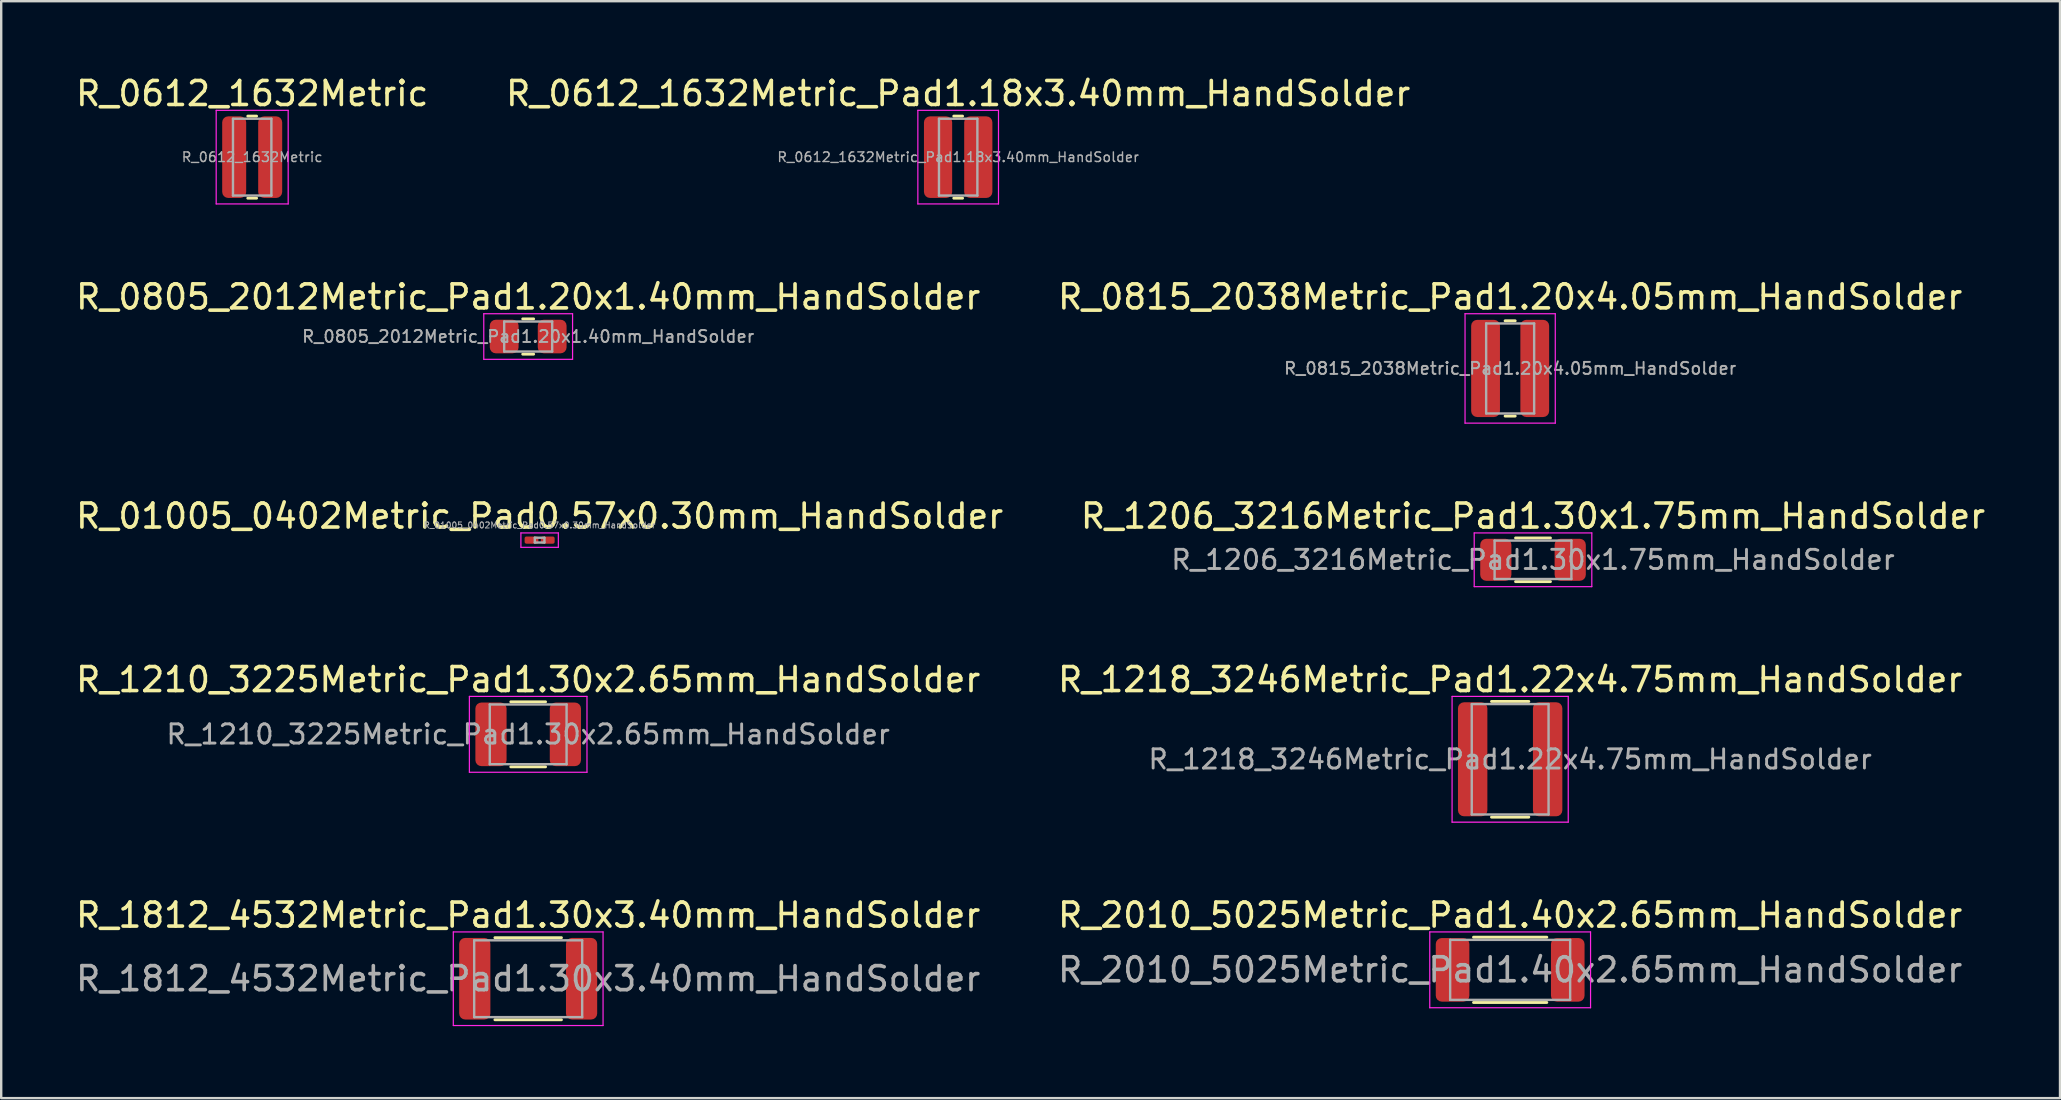
<source format=kicad_pcb>
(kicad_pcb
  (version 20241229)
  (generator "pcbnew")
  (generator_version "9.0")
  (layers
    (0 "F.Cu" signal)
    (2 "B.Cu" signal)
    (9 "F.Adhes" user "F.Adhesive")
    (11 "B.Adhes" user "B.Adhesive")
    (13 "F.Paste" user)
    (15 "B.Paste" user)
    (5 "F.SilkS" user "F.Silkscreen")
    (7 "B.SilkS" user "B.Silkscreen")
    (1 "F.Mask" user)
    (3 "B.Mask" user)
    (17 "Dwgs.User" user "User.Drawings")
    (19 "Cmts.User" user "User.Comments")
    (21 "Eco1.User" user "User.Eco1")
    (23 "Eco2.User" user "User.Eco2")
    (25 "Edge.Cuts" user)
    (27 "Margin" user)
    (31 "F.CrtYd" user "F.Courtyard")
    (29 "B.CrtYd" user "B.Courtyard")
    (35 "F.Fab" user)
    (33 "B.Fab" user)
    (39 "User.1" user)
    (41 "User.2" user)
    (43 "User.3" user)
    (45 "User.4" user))
  (footprint "R_0805_2012Metric_Pad1.20x1.40mm_HandSolder"
    (layer "F.Cu")
    (at 18.958 10.972)
    (property "Reference" "R_0805_2012Metric_Pad1.20x1.40mm_HandSolder" (at 0 -1.65 0) (layer "F.SilkS") (effects (font (size 1 1) (thickness 0.15))))
    (attr smd)
    (fp_line (start -0.227 -0.735) (end 0.227 -0.735) (stroke (width 0.12) (type solid)) (layer "F.SilkS"))
    (fp_line (start -0.227 0.735) (end 0.227 0.735) (stroke (width 0.12) (type solid)) (layer "F.SilkS"))
    (fp_line (start -1.85 -0.95) (end 1.85 -0.95) (stroke (width 0.05) (type solid)) (layer "F.CrtYd"))
    (fp_line (start -1.85 0.95) (end -1.85 -0.95) (stroke (width 0.05) (type solid)) (layer "F.CrtYd"))
    (fp_line (start 1.85 -0.95) (end 1.85 0.95) (stroke (width 0.05) (type solid)) (layer "F.CrtYd"))
    (fp_line (start 1.85 0.95) (end -1.85 0.95) (stroke (width 0.05) (type solid)) (layer "F.CrtYd"))
    (fp_line (start -1 -0.625) (end 1 -0.625) (stroke (width 0.1) (type solid)) (layer "F.Fab"))
    (fp_line (start -1 0.625) (end -1 -0.625) (stroke (width 0.1) (type solid)) (layer "F.Fab"))
    (fp_line (start 1 -0.625) (end 1 0.625) (stroke (width 0.1) (type solid)) (layer "F.Fab"))
    (fp_line (start 1 0.625) (end -1 0.625) (stroke (width 0.1) (type solid)) (layer "F.Fab"))
    (fp_text user "${REFERENCE}" (at 0 0 0) (layer "F.Fab") (effects (font (size 0.5 0.5) (thickness 0.08))))
    (pad "1" smd roundrect (at -1 0) (size 1.2 1.4) (layers "F.Cu" "F.Mask" "F.Paste") (roundrect_rratio 0.208))
    (pad "2" smd roundrect (at 1 0) (size 1.2 1.4) (layers "F.Cu" "F.Mask" "F.Paste") (roundrect_rratio 0.208)))
  (footprint "R_0612_1632Metric"
    (layer "F.Cu")
    (at 7.458 3.498)
    (property "Reference" "R_0612_1632Metric" (at 0 -2.65 0) (layer "F.SilkS") (effects (font (size 1 1) (thickness 0.15))))
    (attr smd)
    (fp_line (start -0.183 -1.71) (end 0.183 -1.71) (stroke (width 0.12) (type solid)) (layer "F.SilkS"))
    (fp_line (start -0.183 1.71) (end 0.183 1.71) (stroke (width 0.12) (type solid)) (layer "F.SilkS"))
    (fp_line (start -1.5 -1.95) (end 1.5 -1.95) (stroke (width 0.05) (type solid)) (layer "F.CrtYd"))
    (fp_line (start -1.5 1.95) (end -1.5 -1.95) (stroke (width 0.05) (type solid)) (layer "F.CrtYd"))
    (fp_line (start 1.5 -1.95) (end 1.5 1.95) (stroke (width 0.05) (type solid)) (layer "F.CrtYd"))
    (fp_line (start 1.5 1.95) (end -1.5 1.95) (stroke (width 0.05) (type solid)) (layer "F.CrtYd"))
    (fp_line (start -0.8 -1.6) (end 0.8 -1.6) (stroke (width 0.1) (type solid)) (layer "F.Fab"))
    (fp_line (start -0.8 1.6) (end -0.8 -1.6) (stroke (width 0.1) (type solid)) (layer "F.Fab"))
    (fp_line (start 0.8 -1.6) (end 0.8 1.6) (stroke (width 0.1) (type solid)) (layer "F.Fab"))
    (fp_line (start 0.8 1.6) (end -0.8 1.6) (stroke (width 0.1) (type solid)) (layer "F.Fab"))
    (fp_text user "${REFERENCE}" (at 0 0 0) (layer "F.Fab") (effects (font (size 0.4 0.4) (thickness 0.06))))
    (pad "1" smd roundrect (at -0.75 0) (size 1 3.4) (layers "F.Cu" "F.Mask" "F.Paste") (roundrect_rratio 0.25))
    (pad "2" smd roundrect (at 0.75 0) (size 1 3.4) (layers "F.Cu" "F.Mask" "F.Paste") (roundrect_rratio 0.25)))
  (footprint "R_2010_5025Metric_Pad1.40x2.65mm_HandSolder"
    (layer "F.Cu")
    (at 59.875 37.361)
    (property "Reference" "R_2010_5025Metric_Pad1.40x2.65mm_HandSolder" (at 0 -2.28 0) (layer "F.SilkS") (effects (font (size 1 1) (thickness 0.15))))
    (attr smd)
    (fp_line (start -1.527 -1.36) (end 1.527 -1.36) (stroke (width 0.12) (type solid)) (layer "F.SilkS"))
    (fp_line (start -1.527 1.36) (end 1.527 1.36) (stroke (width 0.12) (type solid)) (layer "F.SilkS"))
    (fp_line (start -3.35 -1.58) (end 3.35 -1.58) (stroke (width 0.05) (type solid)) (layer "F.CrtYd"))
    (fp_line (start -3.35 1.58) (end -3.35 -1.58) (stroke (width 0.05) (type solid)) (layer "F.CrtYd"))
    (fp_line (start 3.35 -1.58) (end 3.35 1.58) (stroke (width 0.05) (type solid)) (layer "F.CrtYd"))
    (fp_line (start 3.35 1.58) (end -3.35 1.58) (stroke (width 0.05) (type solid)) (layer "F.CrtYd"))
    (fp_line (start -2.5 -1.25) (end 2.5 -1.25) (stroke (width 0.1) (type solid)) (layer "F.Fab"))
    (fp_line (start -2.5 1.25) (end -2.5 -1.25) (stroke (width 0.1) (type solid)) (layer "F.Fab"))
    (fp_line (start 2.5 -1.25) (end 2.5 1.25) (stroke (width 0.1) (type solid)) (layer "F.Fab"))
    (fp_line (start 2.5 1.25) (end -2.5 1.25) (stroke (width 0.1) (type solid)) (layer "F.Fab"))
    (fp_text user "${REFERENCE}" (at 0 0 0) (layer "F.Fab") (effects (font (size 1 1) (thickness 0.15))))
    (pad "1" smd roundrect (at -2.4 0) (size 1.4 2.65) (layers "F.Cu" "F.Mask" "F.Paste") (roundrect_rratio 0.179))
    (pad "2" smd roundrect (at 2.4 0) (size 1.4 2.65) (layers "F.Cu" "F.Mask" "F.Paste") (roundrect_rratio 0.179)))
  (footprint "R_1812_4532Metric_Pad1.30x3.40mm_HandSolder"
    (layer "F.Cu")
    (at 18.958 37.731)
    (property "Reference" "R_1812_4532Metric_Pad1.30x3.40mm_HandSolder" (at 0 -2.65 0) (layer "F.SilkS") (effects (font (size 1 1) (thickness 0.15))))
    (attr smd)
    (fp_line (start -1.386 -1.71) (end 1.386 -1.71) (stroke (width 0.12) (type solid)) (layer "F.SilkS"))
    (fp_line (start -1.386 1.71) (end 1.386 1.71) (stroke (width 0.12) (type solid)) (layer "F.SilkS"))
    (fp_line (start -3.12 -1.95) (end 3.12 -1.95) (stroke (width 0.05) (type solid)) (layer "F.CrtYd"))
    (fp_line (start -3.12 1.95) (end -3.12 -1.95) (stroke (width 0.05) (type solid)) (layer "F.CrtYd"))
    (fp_line (start 3.12 -1.95) (end 3.12 1.95) (stroke (width 0.05) (type solid)) (layer "F.CrtYd"))
    (fp_line (start 3.12 1.95) (end -3.12 1.95) (stroke (width 0.05) (type solid)) (layer "F.CrtYd"))
    (fp_line (start -2.25 -1.6) (end 2.25 -1.6) (stroke (width 0.1) (type solid)) (layer "F.Fab"))
    (fp_line (start -2.25 1.6) (end -2.25 -1.6) (stroke (width 0.1) (type solid)) (layer "F.Fab"))
    (fp_line (start 2.25 -1.6) (end 2.25 1.6) (stroke (width 0.1) (type solid)) (layer "F.Fab"))
    (fp_line (start 2.25 1.6) (end -2.25 1.6) (stroke (width 0.1) (type solid)) (layer "F.Fab"))
    (fp_text user "${REFERENCE}" (at 0 0 0) (layer "F.Fab") (effects (font (size 1 1) (thickness 0.15))))
    (pad "1" smd roundrect (at -2.225 0) (size 1.3 3.4) (layers "F.Cu" "F.Mask" "F.Paste") (roundrect_rratio 0.192))
    (pad "2" smd roundrect (at 2.225 0) (size 1.3 3.4) (layers "F.Cu" "F.Mask" "F.Paste") (roundrect_rratio 0.192)))
  (footprint "R_01005_0402Metric_Pad0.57x0.30mm_HandSolder"
    (layer "F.Cu")
    (at 19.435 19.455)
    (property "Reference" "R_01005_0402Metric_Pad0.57x0.30mm_HandSolder" (at 0 -1 0) (layer "F.SilkS") (effects (font (size 1 1) (thickness 0.15))))
    (attr smd)
    (fp_line (start -0.78 -0.3) (end 0.78 -0.3) (stroke (width 0.05) (type solid)) (layer "F.CrtYd"))
    (fp_line (start -0.78 0.3) (end -0.78 -0.3) (stroke (width 0.05) (type solid)) (layer "F.CrtYd"))
    (fp_line (start 0.78 -0.3) (end 0.78 0.3) (stroke (width 0.05) (type solid)) (layer "F.CrtYd"))
    (fp_line (start 0.78 0.3) (end -0.78 0.3) (stroke (width 0.05) (type solid)) (layer "F.CrtYd"))
    (fp_line (start -0.2 -0.1) (end 0.2 -0.1) (stroke (width 0.1) (type solid)) (layer "F.Fab"))
    (fp_line (start -0.2 0.1) (end -0.2 -0.1) (stroke (width 0.1) (type solid)) (layer "F.Fab"))
    (fp_line (start 0.2 -0.1) (end 0.2 0.1) (stroke (width 0.1) (type solid)) (layer "F.Fab"))
    (fp_line (start 0.2 0.1) (end -0.2 0.1) (stroke (width 0.1) (type solid)) (layer "F.Fab"))
    (fp_text user "${REFERENCE}" (at 0 -0.62 0) (layer "F.Fab") (effects (font (size 0.25 0.25) (thickness 0.04))))
    (pad "" smd roundrect (at -0.362 0) (size 0.41 0.27) (layers "F.Paste") (roundrect_rratio 0.25))
    (pad "" smd roundrect (at 0.362 0) (size 0.41 0.27) (layers "F.Paste") (roundrect_rratio 0.25))
    (pad "1" smd roundrect (at -0.338 0) (size 0.575 0.3) (layers "F.Cu" "F.Mask") (roundrect_rratio 0.25))
    (pad "2" smd roundrect (at 0.338 0) (size 0.575 0.3) (layers "F.Cu" "F.Mask") (roundrect_rratio 0.25)))
  (footprint "R_1210_3225Metric_Pad1.30x2.65mm_HandSolder"
    (layer "F.Cu")
    (at 18.958 27.548)
    (property "Reference" "R_1210_3225Metric_Pad1.30x2.65mm_HandSolder" (at 0 -2.28 0) (layer "F.SilkS") (effects (font (size 1 1) (thickness 0.15))))
    (attr smd)
    (fp_line (start -0.724 -1.355) (end 0.724 -1.355) (stroke (width 0.12) (type solid)) (layer "F.SilkS"))
    (fp_line (start -0.724 1.355) (end 0.724 1.355) (stroke (width 0.12) (type solid)) (layer "F.SilkS"))
    (fp_line (start -2.45 -1.58) (end 2.45 -1.58) (stroke (width 0.05) (type solid)) (layer "F.CrtYd"))
    (fp_line (start -2.45 1.58) (end -2.45 -1.58) (stroke (width 0.05) (type solid)) (layer "F.CrtYd"))
    (fp_line (start 2.45 -1.58) (end 2.45 1.58) (stroke (width 0.05) (type solid)) (layer "F.CrtYd"))
    (fp_line (start 2.45 1.58) (end -2.45 1.58) (stroke (width 0.05) (type solid)) (layer "F.CrtYd"))
    (fp_line (start -1.6 -1.245) (end 1.6 -1.245) (stroke (width 0.1) (type solid)) (layer "F.Fab"))
    (fp_line (start -1.6 1.245) (end -1.6 -1.245) (stroke (width 0.1) (type solid)) (layer "F.Fab"))
    (fp_line (start 1.6 -1.245) (end 1.6 1.245) (stroke (width 0.1) (type solid)) (layer "F.Fab"))
    (fp_line (start 1.6 1.245) (end -1.6 1.245) (stroke (width 0.1) (type solid)) (layer "F.Fab"))
    (fp_text user "${REFERENCE}" (at 0 0 0) (layer "F.Fab") (effects (font (size 0.8 0.8) (thickness 0.12))))
    (pad "1" smd roundrect (at -1.55 0) (size 1.3 2.65) (layers "F.Cu" "F.Mask" "F.Paste") (roundrect_rratio 0.192))
    (pad "2" smd roundrect (at 1.55 0) (size 1.3 2.65) (layers "F.Cu" "F.Mask" "F.Paste") (roundrect_rratio 0.192)))
  (footprint "R_1218_3246Metric_Pad1.22x4.75mm_HandSolder"
    (layer "F.Cu")
    (at 59.875 28.588)
    (property "Reference" "R_1218_3246Metric_Pad1.22x4.75mm_HandSolder" (at 0 -3.32 0) (layer "F.SilkS") (effects (font (size 1 1) (thickness 0.15))))
    (attr smd)
    (fp_line (start -0.777 -2.41) (end 0.777 -2.41) (stroke (width 0.12) (type solid)) (layer "F.SilkS"))
    (fp_line (start -0.777 2.41) (end 0.777 2.41) (stroke (width 0.12) (type solid)) (layer "F.SilkS"))
    (fp_line (start -2.42 -2.62) (end 2.42 -2.62) (stroke (width 0.05) (type solid)) (layer "F.CrtYd"))
    (fp_line (start -2.42 2.62) (end -2.42 -2.62) (stroke (width 0.05) (type solid)) (layer "F.CrtYd"))
    (fp_line (start 2.42 -2.62) (end 2.42 2.62) (stroke (width 0.05) (type solid)) (layer "F.CrtYd"))
    (fp_line (start 2.42 2.62) (end -2.42 2.62) (stroke (width 0.05) (type solid)) (layer "F.CrtYd"))
    (fp_line (start -1.6 -2.3) (end 1.6 -2.3) (stroke (width 0.1) (type solid)) (layer "F.Fab"))
    (fp_line (start -1.6 2.3) (end -1.6 -2.3) (stroke (width 0.1) (type solid)) (layer "F.Fab"))
    (fp_line (start 1.6 -2.3) (end 1.6 2.3) (stroke (width 0.1) (type solid)) (layer "F.Fab"))
    (fp_line (start 1.6 2.3) (end -1.6 2.3) (stroke (width 0.1) (type solid)) (layer "F.Fab"))
    (fp_text user "${REFERENCE}" (at 0 0 0) (layer "F.Fab") (effects (font (size 0.8 0.8) (thickness 0.12))))
    (pad "1" smd roundrect (at -1.562 0) (size 1.225 4.75) (layers "F.Cu" "F.Mask" "F.Paste") (roundrect_rratio 0.204))
    (pad "2" smd roundrect (at 1.562 0) (size 1.225 4.75) (layers "F.Cu" "F.Mask" "F.Paste") (roundrect_rratio 0.204)))
  (footprint "R_1206_3216Metric_Pad1.30x1.75mm_HandSolder"
    (layer "F.Cu")
    (at 60.827 20.275)
    (property "Reference" "R_1206_3216Metric_Pad1.30x1.75mm_HandSolder" (at 0 -1.82 0) (layer "F.SilkS") (effects (font (size 1 1) (thickness 0.15))))
    (attr smd)
    (fp_line (start -0.727 -0.91) (end 0.727 -0.91) (stroke (width 0.12) (type solid)) (layer "F.SilkS"))
    (fp_line (start -0.727 0.91) (end 0.727 0.91) (stroke (width 0.12) (type solid)) (layer "F.SilkS"))
    (fp_line (start -2.45 -1.12) (end 2.45 -1.12) (stroke (width 0.05) (type solid)) (layer "F.CrtYd"))
    (fp_line (start -2.45 1.12) (end -2.45 -1.12) (stroke (width 0.05) (type solid)) (layer "F.CrtYd"))
    (fp_line (start 2.45 -1.12) (end 2.45 1.12) (stroke (width 0.05) (type solid)) (layer "F.CrtYd"))
    (fp_line (start 2.45 1.12) (end -2.45 1.12) (stroke (width 0.05) (type solid)) (layer "F.CrtYd"))
    (fp_line (start -1.6 -0.8) (end 1.6 -0.8) (stroke (width 0.1) (type solid)) (layer "F.Fab"))
    (fp_line (start -1.6 0.8) (end -1.6 -0.8) (stroke (width 0.1) (type solid)) (layer "F.Fab"))
    (fp_line (start 1.6 -0.8) (end 1.6 0.8) (stroke (width 0.1) (type solid)) (layer "F.Fab"))
    (fp_line (start 1.6 0.8) (end -1.6 0.8) (stroke (width 0.1) (type solid)) (layer "F.Fab"))
    (fp_text user "${REFERENCE}" (at 0 0 0) (layer "F.Fab") (effects (font (size 0.8 0.8) (thickness 0.12))))
    (pad "1" smd roundrect (at -1.55 0) (size 1.3 1.75) (layers "F.Cu" "F.Mask" "F.Paste") (roundrect_rratio 0.192))
    (pad "2" smd roundrect (at 1.55 0) (size 1.3 1.75) (layers "F.Cu" "F.Mask" "F.Paste") (roundrect_rratio 0.192)))
  (footprint "R_0612_1632Metric_Pad1.18x3.40mm_HandSolder"
    (layer "F.Cu")
    (at 36.875 3.498)
    (property "Reference" "R_0612_1632Metric_Pad1.18x3.40mm_HandSolder" (at 0 -2.65 0) (layer "F.SilkS") (effects (font (size 1 1) (thickness 0.15))))
    (attr smd)
    (fp_line (start -0.183 -1.71) (end 0.183 -1.71) (stroke (width 0.12) (type solid)) (layer "F.SilkS"))
    (fp_line (start -0.183 1.71) (end 0.183 1.71) (stroke (width 0.12) (type solid)) (layer "F.SilkS"))
    (fp_line (start -1.68 -1.95) (end 1.68 -1.95) (stroke (width 0.05) (type solid)) (layer "F.CrtYd"))
    (fp_line (start -1.68 1.95) (end -1.68 -1.95) (stroke (width 0.05) (type solid)) (layer "F.CrtYd"))
    (fp_line (start 1.68 -1.95) (end 1.68 1.95) (stroke (width 0.05) (type solid)) (layer "F.CrtYd"))
    (fp_line (start 1.68 1.95) (end -1.68 1.95) (stroke (width 0.05) (type solid)) (layer "F.CrtYd"))
    (fp_line (start -0.8 -1.6) (end 0.8 -1.6) (stroke (width 0.1) (type solid)) (layer "F.Fab"))
    (fp_line (start -0.8 1.6) (end -0.8 -1.6) (stroke (width 0.1) (type solid)) (layer "F.Fab"))
    (fp_line (start 0.8 -1.6) (end 0.8 1.6) (stroke (width 0.1) (type solid)) (layer "F.Fab"))
    (fp_line (start 0.8 1.6) (end -0.8 1.6) (stroke (width 0.1) (type solid)) (layer "F.Fab"))
    (fp_text user "${REFERENCE}" (at 0 0 0) (layer "F.Fab") (effects (font (size 0.4 0.4) (thickness 0.06))))
    (pad "1" smd roundrect (at -0.838 0) (size 1.175 3.4) (layers "F.Cu" "F.Mask" "F.Paste") (roundrect_rratio 0.213))
    (pad "2" smd roundrect (at 0.838 0) (size 1.175 3.4) (layers "F.Cu" "F.Mask" "F.Paste") (roundrect_rratio 0.213)))
  (footprint "R_0815_2038Metric_Pad1.20x4.05mm_HandSolder"
    (layer "F.Cu")
    (at 59.875 12.302)
    (property "Reference" "R_0815_2038Metric_Pad1.20x4.05mm_HandSolder" (at 0 -2.98 0) (layer "F.SilkS") (effects (font (size 1 1) (thickness 0.15))))
    (attr smd)
    (fp_line (start -0.21 -1.985) (end 0.21 -1.985) (stroke (width 0.12) (type solid)) (layer "F.SilkS"))
    (fp_line (start -0.21 1.985) (end 0.21 1.985) (stroke (width 0.12) (type solid)) (layer "F.SilkS"))
    (fp_line (start -1.88 -2.28) (end 1.88 -2.28) (stroke (width 0.05) (type solid)) (layer "F.CrtYd"))
    (fp_line (start -1.88 2.28) (end -1.88 -2.28) (stroke (width 0.05) (type solid)) (layer "F.CrtYd"))
    (fp_line (start 1.88 -2.28) (end 1.88 2.28) (stroke (width 0.05) (type solid)) (layer "F.CrtYd"))
    (fp_line (start 1.88 2.28) (end -1.88 2.28) (stroke (width 0.05) (type solid)) (layer "F.CrtYd"))
    (fp_line (start -1 -1.875) (end 1 -1.875) (stroke (width 0.1) (type solid)) (layer "F.Fab"))
    (fp_line (start -1 1.875) (end -1 -1.875) (stroke (width 0.1) (type solid)) (layer "F.Fab"))
    (fp_line (start 1 -1.875) (end 1 1.875) (stroke (width 0.1) (type solid)) (layer "F.Fab"))
    (fp_line (start 1 1.875) (end -1 1.875) (stroke (width 0.1) (type solid)) (layer "F.Fab"))
    (fp_text user "${REFERENCE}" (at 0 0 0) (layer "F.Fab") (effects (font (size 0.5 0.5) (thickness 0.08))))
    (pad "1" smd roundrect (at -1.025 0) (size 1.2 4.05) (layers "F.Cu" "F.Mask" "F.Paste") (roundrect_rratio 0.208))
    (pad "2" smd roundrect (at 1.025 0) (size 1.2 4.05) (layers "F.Cu" "F.Mask" "F.Paste") (roundrect_rratio 0.208)))
  (gr_rect
    (start -3 -3)
    (end 82.786 42.706)
    (stroke (width 0.1) (type default))
    (fill no)
    (layer "Edge.Cuts")))
</source>
